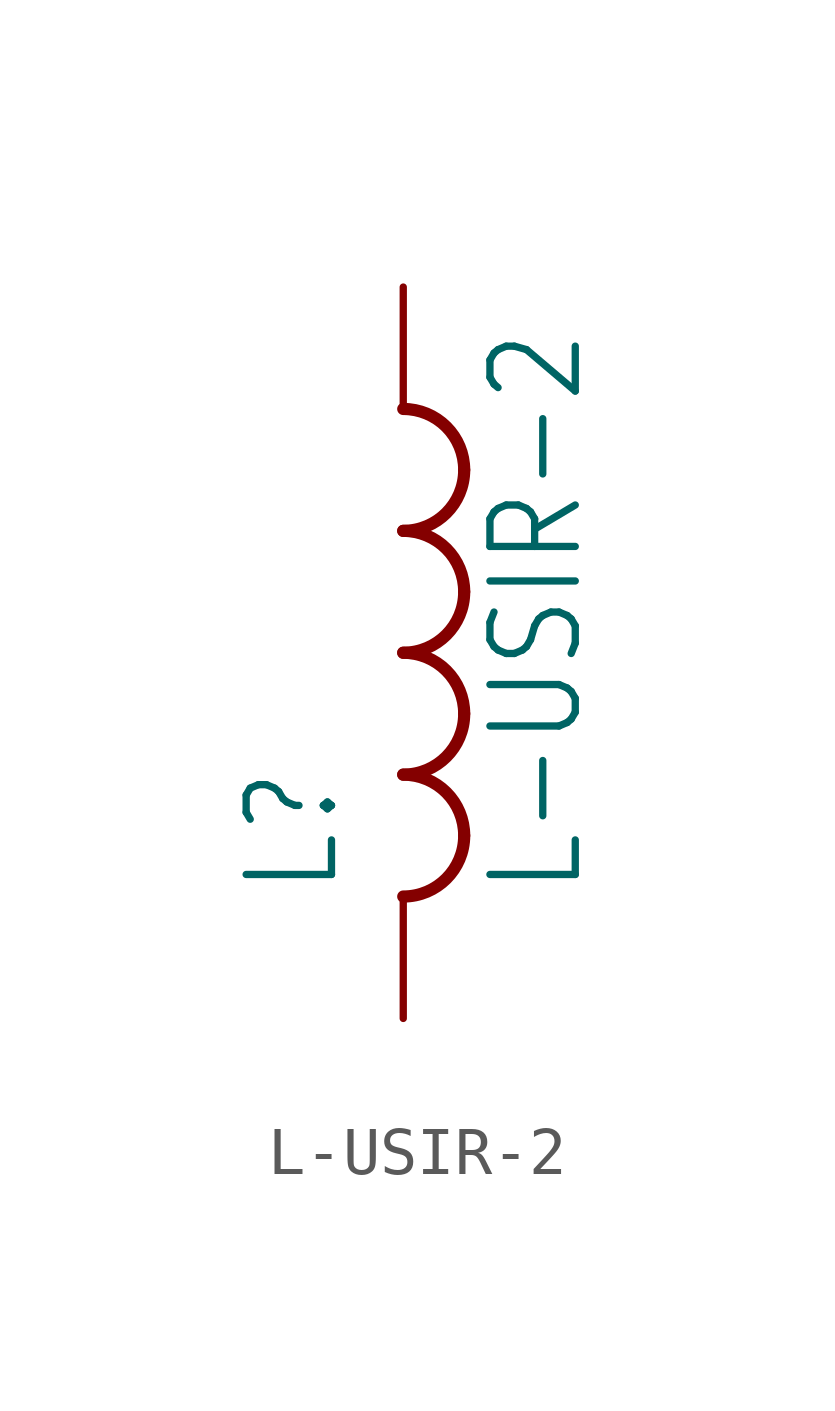
<source format=kicad_sym>
(kicad_symbol_lib
  (version 20211014)
  (generator kicad_symbol_editor)
  (symbol "L-USIR-2"
    (property "Reference" "L"
      (at -1.27 -5.08 90)
      (effects (font (size 1.778 1.511)) (justify left bottom)))
    (property "Value" "L-USIR-2"
      (at 3.81 -5.08 90)
      (effects (font (size 1.778 1.511)) (justify left bottom)))
    (property "ki_locked" ""
      (at 0 0 0)
      (effects (font (size 1.27 1.27))))
    (symbol "L-USIR-2_1_0"
      (arc (start 0 -5.08) (mid 0.898 -4.708) (end 1.27 -3.81) (stroke (width 0.254) (type default) (color 0 0 0 0)) (fill (type none)))
      (arc (start 0 -2.54) (mid 0.898 -2.168) (end 1.27 -1.27) (stroke (width 0.254) (type default) (color 0 0 0 0)) (fill (type none)))
      (arc (start 0 0) (mid 0.898 0.372) (end 1.27 1.27) (stroke (width 0.254) (type default) (color 0 0 0 0)) (fill (type none)))
      (arc (start 0 2.54) (mid 0.898 2.912) (end 1.27 3.81) (stroke (width 0.254) (type default) (color 0 0 0 0)) (fill (type none)))
      (arc (start 1.27 -3.81) (mid 0.898 -2.912) (end 0 -2.54) (stroke (width 0.254) (type default) (color 0 0 0 0)) (fill (type none)))
      (arc (start 1.27 -1.27) (mid 0.898 -0.372) (end 0 0) (stroke (width 0.254) (type default) (color 0 0 0 0)) (fill (type none)))
      (arc (start 1.27 1.27) (mid 0.898 2.168) (end 0 2.54) (stroke (width 0.254) (type default) (color 0 0 0 0)) (fill (type none)))
      (arc (start 1.27 3.81) (mid 0.898 4.708) (end 0 5.08) (stroke (width 0.254) (type default) (color 0 0 0 0)) (fill (type none)))
      (pin passive line (at 0 7.62 270) (length 2.54) (name "1" (effects (font (size 0 0)))) (number "1" (effects (font (size 0 0)))))
      (pin passive line (at 0 -7.62 90) (length 2.54) (name "2" (effects (font (size 0 0)))) (number "2" (effects (font (size 0 0))))))))
</source>
